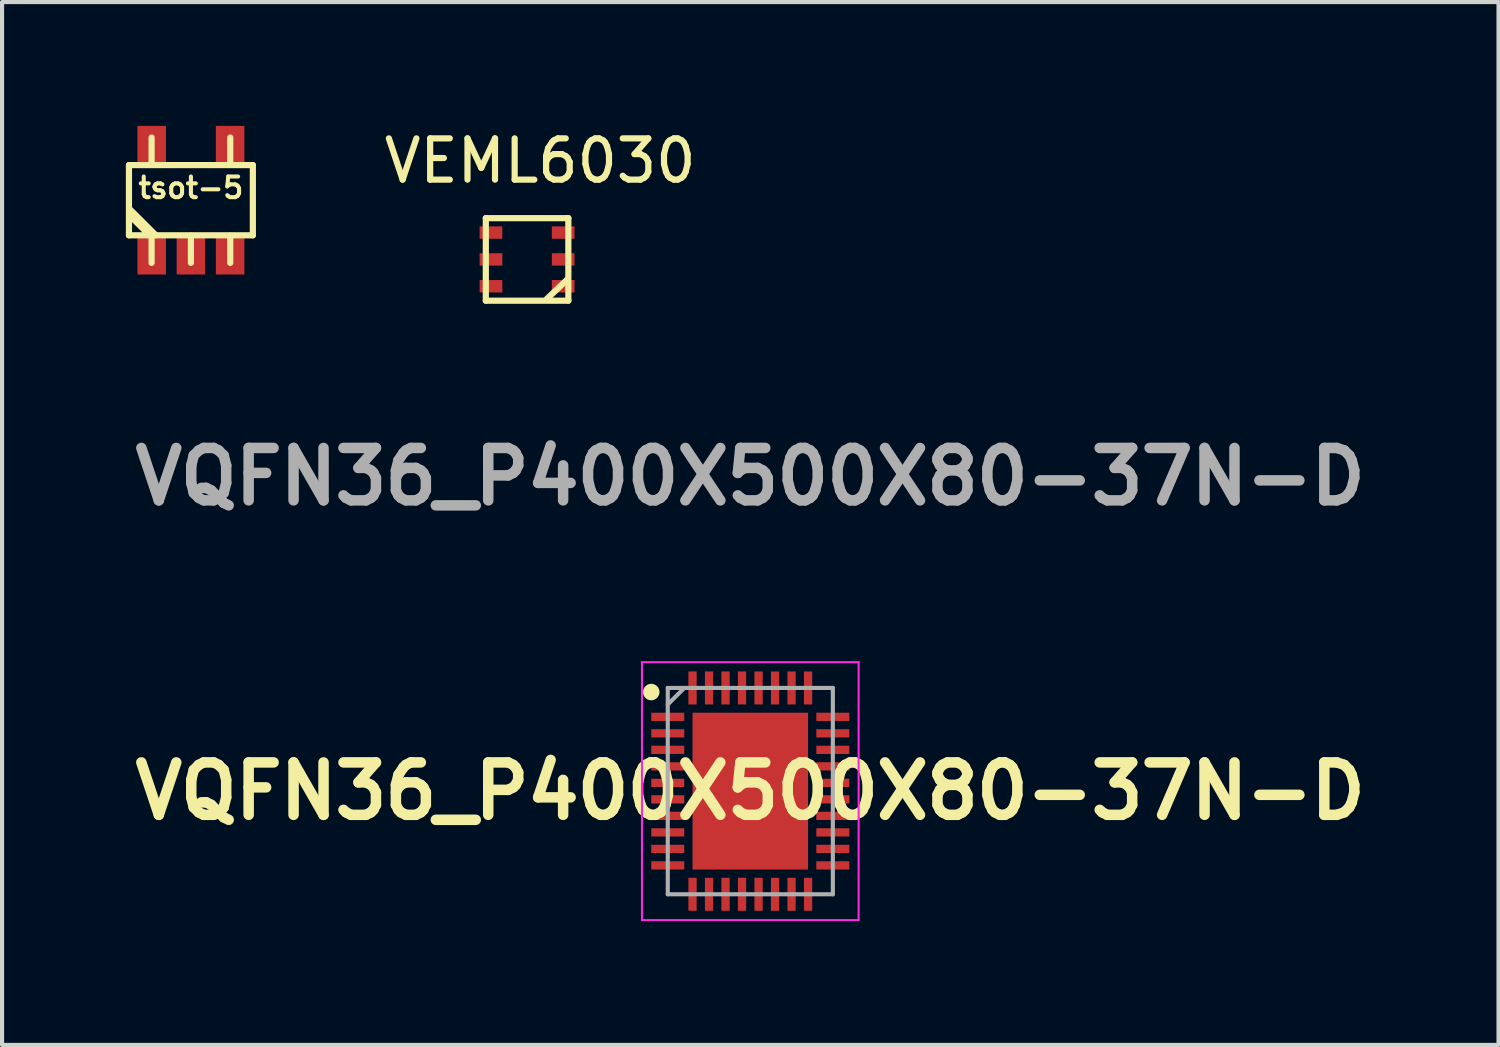
<source format=kicad_pcb>
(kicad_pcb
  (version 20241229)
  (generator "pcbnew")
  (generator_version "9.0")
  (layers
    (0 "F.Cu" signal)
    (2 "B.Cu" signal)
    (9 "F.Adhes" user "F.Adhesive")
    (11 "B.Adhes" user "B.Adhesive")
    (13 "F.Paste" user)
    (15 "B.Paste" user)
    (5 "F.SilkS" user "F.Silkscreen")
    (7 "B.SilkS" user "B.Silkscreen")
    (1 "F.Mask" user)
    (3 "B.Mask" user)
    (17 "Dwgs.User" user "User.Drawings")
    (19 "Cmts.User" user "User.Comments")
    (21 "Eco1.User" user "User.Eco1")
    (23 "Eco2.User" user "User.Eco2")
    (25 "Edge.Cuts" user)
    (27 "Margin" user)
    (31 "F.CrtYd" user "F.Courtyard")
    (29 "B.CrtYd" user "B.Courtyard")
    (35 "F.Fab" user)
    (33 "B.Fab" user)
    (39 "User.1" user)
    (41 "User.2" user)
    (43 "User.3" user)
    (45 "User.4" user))
  (footprint "VQFN36_P400X500X80-37N-D"
    (layer "F.Cu")
    (at 15.131 16.12)
    (property "Reference" "VQFN36_P400X500X80-37N-D" (at 0 0 0) (layer "F.SilkS") (effects (font (size 1.27 1.27) (thickness 0.254))))
    (attr smd)
    (fp_circle (center -2.4 -2.4) (end -2.4 -2.3) (stroke (width 0.2) (type solid)) (fill no) (layer "F.SilkS"))
    (fp_line (start -2.625 -3.125) (end 2.625 -3.125) (stroke (width 0.05) (type solid)) (layer "F.CrtYd"))
    (fp_line (start -2.625 3.125) (end -2.625 -3.125) (stroke (width 0.05) (type solid)) (layer "F.CrtYd"))
    (fp_line (start 2.625 -3.125) (end 2.625 3.125) (stroke (width 0.05) (type solid)) (layer "F.CrtYd"))
    (fp_line (start 2.625 3.125) (end -2.625 3.125) (stroke (width 0.05) (type solid)) (layer "F.CrtYd"))
    (fp_line (start -2 -2.5) (end 2 -2.5) (stroke (width 0.1) (type solid)) (layer "F.Fab"))
    (fp_line (start -2 -2.1) (end -1.6 -2.5) (stroke (width 0.1) (type solid)) (layer "F.Fab"))
    (fp_line (start -2 2.5) (end -2 -2.5) (stroke (width 0.1) (type solid)) (layer "F.Fab"))
    (fp_line (start 2 -2.5) (end 2 2.5) (stroke (width 0.1) (type solid)) (layer "F.Fab"))
    (fp_line (start 2 2.5) (end -2 2.5) (stroke (width 0.1) (type solid)) (layer "F.Fab"))
    (fp_text user "${REFERENCE}" (at 0 -7.62 0) (layer "F.Fab") (effects (font (size 1.27 1.27) (thickness 0.254))))
    (pad "1" smd rect (at -2 -1.8 90) (size 0.2 0.8) (layers "F.Cu" "F.Mask" "F.Paste"))
    (pad "2" smd rect (at -2 -1.4 90) (size 0.2 0.8) (layers "F.Cu" "F.Mask" "F.Paste"))
    (pad "3" smd rect (at -2 -1 90) (size 0.2 0.8) (layers "F.Cu" "F.Mask" "F.Paste"))
    (pad "4" smd rect (at -2 -0.6 90) (size 0.2 0.8) (layers "F.Cu" "F.Mask" "F.Paste"))
    (pad "5" smd rect (at -2 -0.2 90) (size 0.2 0.8) (layers "F.Cu" "F.Mask" "F.Paste"))
    (pad "6" smd rect (at -2 0.2 90) (size 0.2 0.8) (layers "F.Cu" "F.Mask" "F.Paste"))
    (pad "7" smd rect (at -2 0.6 90) (size 0.2 0.8) (layers "F.Cu" "F.Mask" "F.Paste"))
    (pad "8" smd rect (at -2 1 90) (size 0.2 0.8) (layers "F.Cu" "F.Mask" "F.Paste"))
    (pad "9" smd rect (at -2 1.4 90) (size 0.2 0.8) (layers "F.Cu" "F.Mask" "F.Paste"))
    (pad "10" smd rect (at -2 1.8 90) (size 0.2 0.8) (layers "F.Cu" "F.Mask" "F.Paste"))
    (pad "11" smd rect (at -1.4 2.5) (size 0.2 0.8) (layers "F.Cu" "F.Mask" "F.Paste"))
    (pad "12" smd rect (at -1 2.5) (size 0.2 0.8) (layers "F.Cu" "F.Mask" "F.Paste"))
    (pad "13" smd rect (at -0.6 2.5) (size 0.2 0.8) (layers "F.Cu" "F.Mask" "F.Paste"))
    (pad "14" smd rect (at -0.2 2.5) (size 0.2 0.8) (layers "F.Cu" "F.Mask" "F.Paste"))
    (pad "15" smd rect (at 0.2 2.5) (size 0.2 0.8) (layers "F.Cu" "F.Mask" "F.Paste"))
    (pad "16" smd rect (at 0.6 2.5) (size 0.2 0.8) (layers "F.Cu" "F.Mask" "F.Paste"))
    (pad "17" smd rect (at 1 2.5) (size 0.2 0.8) (layers "F.Cu" "F.Mask" "F.Paste"))
    (pad "18" smd rect (at 1.4 2.5) (size 0.2 0.8) (layers "F.Cu" "F.Mask" "F.Paste"))
    (pad "19" smd rect (at 2 1.8 90) (size 0.2 0.8) (layers "F.Cu" "F.Mask" "F.Paste"))
    (pad "20" smd rect (at 2 1.4 90) (size 0.2 0.8) (layers "F.Cu" "F.Mask" "F.Paste"))
    (pad "21" smd rect (at 2 1 90) (size 0.2 0.8) (layers "F.Cu" "F.Mask" "F.Paste"))
    (pad "22" smd rect (at 2 0.6 90) (size 0.2 0.8) (layers "F.Cu" "F.Mask" "F.Paste"))
    (pad "23" smd rect (at 2 0.2 90) (size 0.2 0.8) (layers "F.Cu" "F.Mask" "F.Paste"))
    (pad "24" smd rect (at 2 -0.2 90) (size 0.2 0.8) (layers "F.Cu" "F.Mask" "F.Paste"))
    (pad "25" smd rect (at 2 -0.6 90) (size 0.2 0.8) (layers "F.Cu" "F.Mask" "F.Paste"))
    (pad "26" smd rect (at 2 -1 90) (size 0.2 0.8) (layers "F.Cu" "F.Mask" "F.Paste"))
    (pad "27" smd rect (at 2 -1.4 90) (size 0.2 0.8) (layers "F.Cu" "F.Mask" "F.Paste"))
    (pad "28" smd rect (at 2 -1.8 90) (size 0.2 0.8) (layers "F.Cu" "F.Mask" "F.Paste"))
    (pad "29" smd rect (at 1.4 -2.5) (size 0.2 0.8) (layers "F.Cu" "F.Mask" "F.Paste"))
    (pad "30" smd rect (at 1 -2.5) (size 0.2 0.8) (layers "F.Cu" "F.Mask" "F.Paste"))
    (pad "31" smd rect (at 0.6 -2.5) (size 0.2 0.8) (layers "F.Cu" "F.Mask" "F.Paste"))
    (pad "32" smd rect (at 0.2 -2.5) (size 0.2 0.8) (layers "F.Cu" "F.Mask" "F.Paste"))
    (pad "33" smd rect (at -0.2 -2.5) (size 0.2 0.8) (layers "F.Cu" "F.Mask" "F.Paste"))
    (pad "34" smd rect (at -0.6 -2.5) (size 0.2 0.8) (layers "F.Cu" "F.Mask" "F.Paste"))
    (pad "35" smd rect (at -1 -2.5) (size 0.2 0.8) (layers "F.Cu" "F.Mask" "F.Paste"))
    (pad "36" smd rect (at -1.4 -2.5) (size 0.2 0.8) (layers "F.Cu" "F.Mask" "F.Paste"))
    (pad "37" smd rect (at 0 0) (size 2.8 3.8) (layers "F.Cu" "F.Mask" "F.Paste")))
  (footprint "tsot-5"
    (layer "F.Cu")
    (at 1.576 1.801)
    (property "Reference" "tsot-5" (at 0 -0.3 0) (layer "F.SilkS") (effects (font (size 0.5 0.5) (thickness 0.099))))
    (attr smd)
    (fp_line (start -1.501 -0.851) (end 1.501 -0.851) (stroke (width 0.15) (type solid)) (layer "F.SilkS"))
    (fp_line (start -1.501 0.851) (end -1.501 -0.851) (stroke (width 0.15) (type solid)) (layer "F.SilkS"))
    (fp_line (start -1.003 0.848) (end -1.499 0.353) (stroke (width 0.15) (type solid)) (layer "F.SilkS"))
    (fp_line (start -0.953 -0.859) (end -0.953 -1.519) (stroke (width 0.15) (type solid)) (layer "F.SilkS"))
    (fp_line (start -0.953 0.859) (end -0.953 1.519) (stroke (width 0.15) (type solid)) (layer "F.SilkS"))
    (fp_line (start -0.851 0.848) (end -1.499 0.201) (stroke (width 0.15) (type solid)) (layer "F.SilkS"))
    (fp_line (start 0 0.859) (end 0 1.519) (stroke (width 0.15) (type solid)) (layer "F.SilkS"))
    (fp_line (start 0.953 -0.859) (end 0.953 -1.519) (stroke (width 0.15) (type solid)) (layer "F.SilkS"))
    (fp_line (start 0.953 0.859) (end 0.953 1.519) (stroke (width 0.15) (type solid)) (layer "F.SilkS"))
    (fp_line (start 1.501 -0.851) (end 1.501 0.851) (stroke (width 0.15) (type solid)) (layer "F.SilkS"))
    (fp_line (start 1.501 0.851) (end -1.501 0.851) (stroke (width 0.15) (type solid)) (layer "F.SilkS"))
    (pad "1" smd rect (at -0.95 1.3) (size 0.691 1.001) (layers "F.Cu" "F.Mask" "F.Paste"))
    (pad "2" smd rect (at 0 1.3) (size 0.691 1.001) (layers "F.Cu" "F.Mask" "F.Paste"))
    (pad "3" smd rect (at 0.95 1.3) (size 0.691 1.001) (layers "F.Cu" "F.Mask" "F.Paste"))
    (pad "4" smd rect (at 0.95 -1.3) (size 0.691 1.001) (layers "F.Cu" "F.Mask" "F.Paste"))
    (pad "5" smd rect (at -0.95 -1.3) (size 0.691 1.001) (layers "F.Cu" "F.Mask" "F.Paste")))
  (footprint "VEML6030"
    (layer "F.Cu")
    (at 9.722 3.236)
    (property "Reference" "VEML6030" (at 0.318 -2.388 0) (layer "F.SilkS") (effects (font (size 1 1) (thickness 0.15))))
    (attr through_hole)
    (fp_line (start -1 -1) (end 1 -1) (stroke (width 0.15) (type solid)) (layer "F.SilkS"))
    (fp_line (start -1 1) (end -1 -1) (stroke (width 0.15) (type solid)) (layer "F.SilkS"))
    (fp_line (start 0.978 0.483) (end 0.483 0.953) (stroke (width 0.15) (type solid)) (layer "F.SilkS"))
    (fp_line (start 1 -1) (end 1 1) (stroke (width 0.15) (type solid)) (layer "F.SilkS"))
    (fp_line (start 1 1) (end -1 1) (stroke (width 0.15) (type solid)) (layer "F.SilkS"))
    (pad "1" smd trapezoid (at 0.875 0.65) (size 0.55 0.3) (layers "F.Cu" "F.Mask" "F.Paste"))
    (pad "2" smd trapezoid (at 0.875 0) (size 0.55 0.3) (layers "F.Cu" "F.Mask" "F.Paste"))
    (pad "3" smd trapezoid (at 0.875 -0.65) (size 0.55 0.3) (layers "F.Cu" "F.Mask" "F.Paste"))
    (pad "4" smd trapezoid (at -0.875 -0.65) (size 0.55 0.3) (layers "F.Cu" "F.Mask" "F.Paste"))
    (pad "5" smd trapezoid (at -0.875 0) (size 0.55 0.3) (layers "F.Cu" "F.Mask" "F.Paste"))
    (pad "6" smd trapezoid (at -0.875 0.65) (size 0.55 0.3) (layers "F.Cu" "F.Mask" "F.Paste")))
  (gr_rect
    (start -3 -3)
    (end 33.262 22.27)
    (stroke (width 0.1) (type default))
    (fill no)
    (layer "Edge.Cuts")))
</source>
